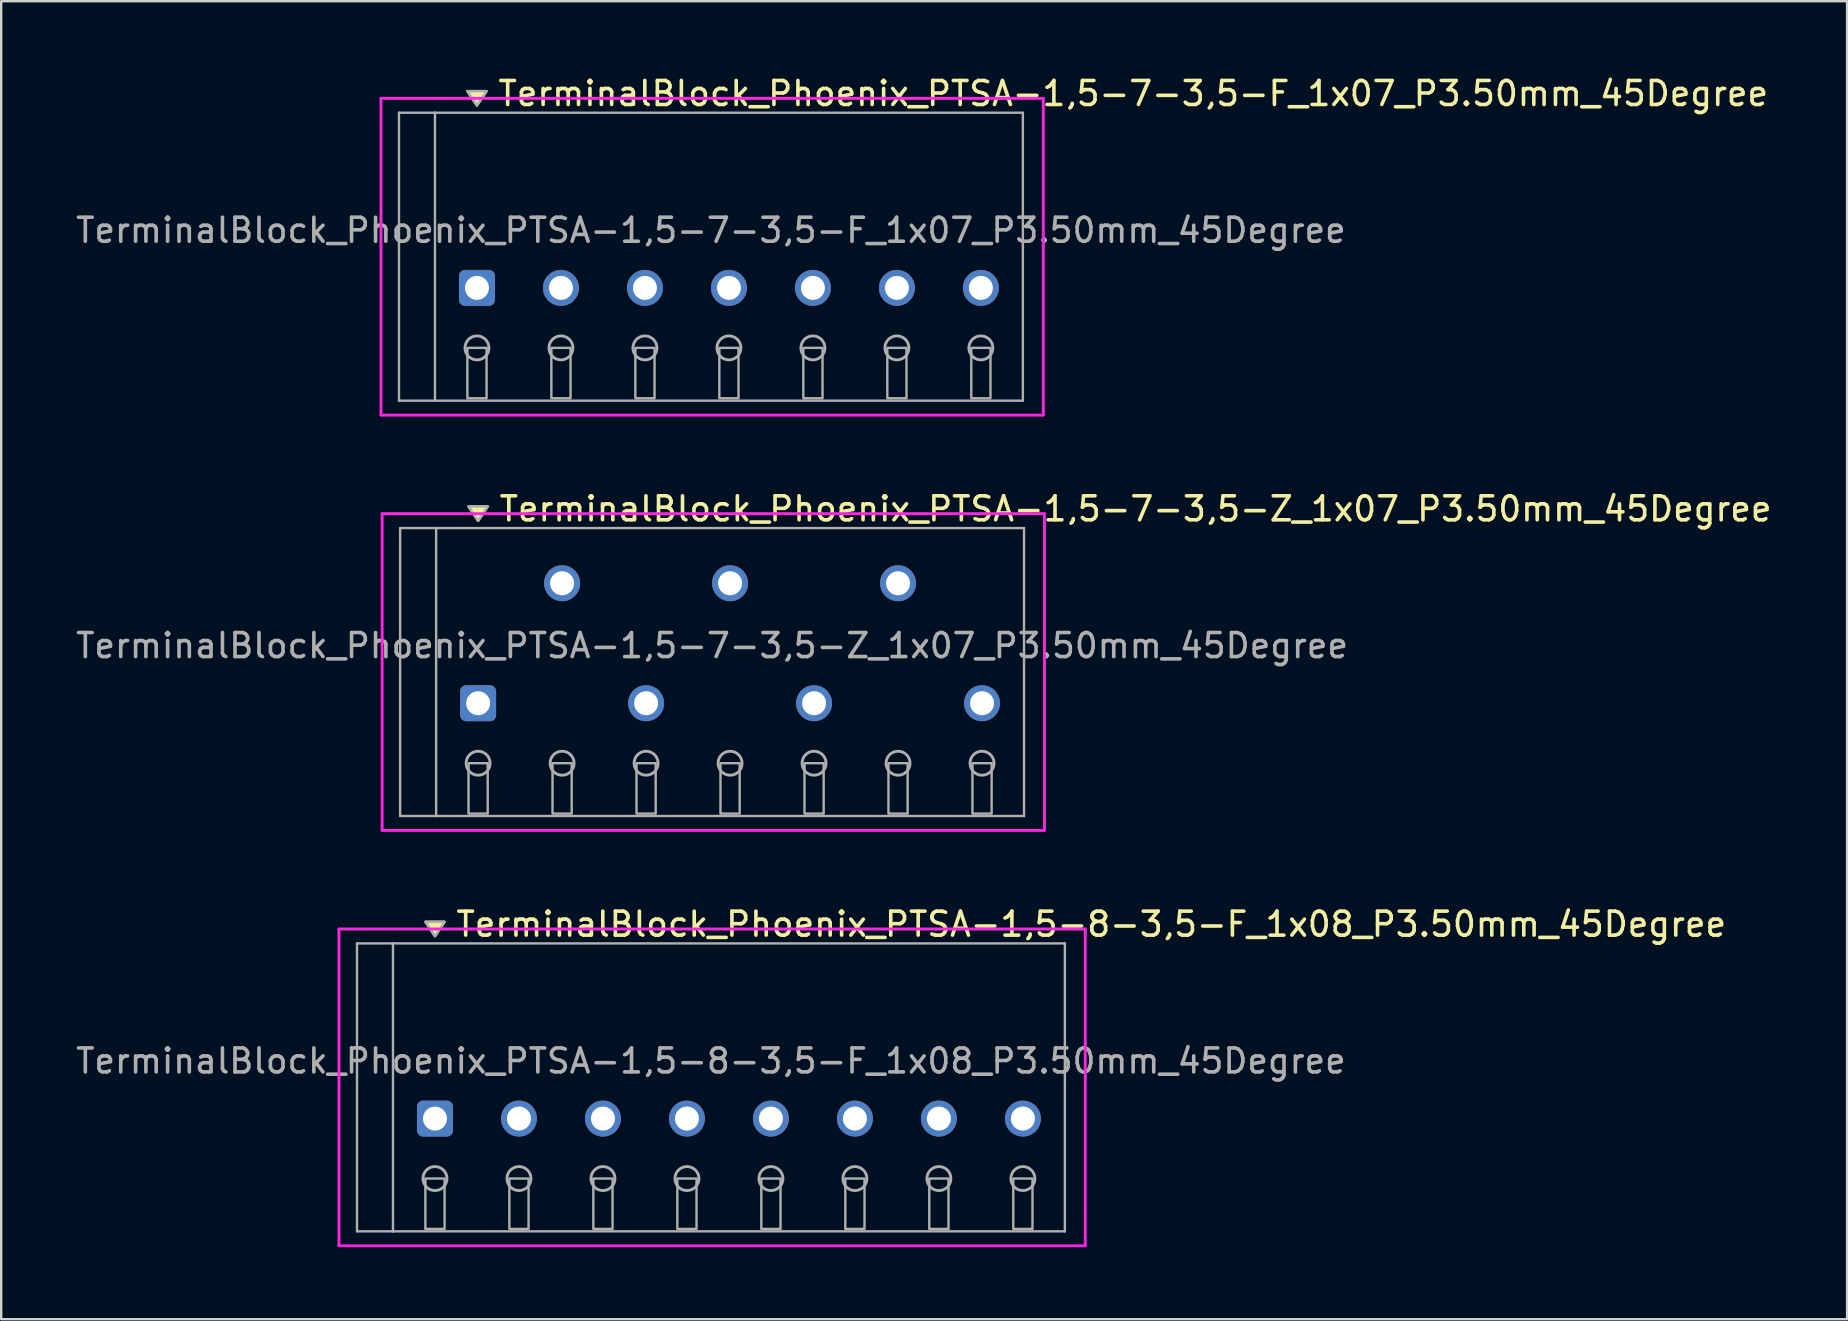
<source format=kicad_pcb>
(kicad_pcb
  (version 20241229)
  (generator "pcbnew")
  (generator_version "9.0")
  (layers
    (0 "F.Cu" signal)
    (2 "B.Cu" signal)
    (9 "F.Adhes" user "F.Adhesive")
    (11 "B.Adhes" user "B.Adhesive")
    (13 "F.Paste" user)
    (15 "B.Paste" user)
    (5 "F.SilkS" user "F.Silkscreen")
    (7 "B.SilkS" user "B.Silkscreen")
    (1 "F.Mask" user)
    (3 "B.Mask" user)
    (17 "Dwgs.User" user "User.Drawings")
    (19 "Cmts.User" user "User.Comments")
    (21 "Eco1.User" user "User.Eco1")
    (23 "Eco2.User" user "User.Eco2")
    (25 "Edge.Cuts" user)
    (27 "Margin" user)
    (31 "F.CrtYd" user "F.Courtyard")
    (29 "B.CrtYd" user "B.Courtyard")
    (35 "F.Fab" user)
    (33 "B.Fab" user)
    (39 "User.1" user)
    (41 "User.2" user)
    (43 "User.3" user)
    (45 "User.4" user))
  (footprint "TerminalBlock_Phoenix_PTSA-1,5-8-3,5-F_1x08_P3.50mm_45Degree"
    (layer "F.Cu")
    (at 15.077 43.565)
    (property "Reference" "TerminalBlock_Phoenix_PTSA-1,5-8-3,5-F_1x08_P3.50mm_45Degree" (at 0.8 -8.1 0) (layer "F.SilkS") (effects (font (size 1 1) (thickness 0.15)) (justify left)))
    (attr through_hole)
    (fp_poly (pts (xy 0 -7.6) (xy -0.4 -8.2) (xy 0.4 -8.2)) (stroke (width 0.1) (type solid)) (fill yes) (layer "F.SilkS"))
    (fp_line (start -4 -7.9) (end 27.1 -7.9) (stroke (width 0.12) (type solid)) (layer "F.CrtYd"))
    (fp_line (start -4 5.3) (end -4 -7.9) (stroke (width 0.12) (type solid)) (layer "F.CrtYd"))
    (fp_line (start 27.1 -7.9) (end 27.1 5.3) (stroke (width 0.12) (type solid)) (layer "F.CrtYd"))
    (fp_line (start 27.1 5.3) (end -4 5.3) (stroke (width 0.12) (type solid)) (layer "F.CrtYd"))
    (fp_line (start -3.25 -7.3) (end -1.75 -7.3) (stroke (width 0.1) (type solid)) (layer "F.Fab"))
    (fp_line (start -3.25 4.7) (end -3.25 -7.3) (stroke (width 0.1) (type solid)) (layer "F.Fab"))
    (fp_line (start -1.75 -7.3) (end -1.75 4.7) (stroke (width 0.1) (type solid)) (layer "F.Fab"))
    (fp_line (start -1.75 4.7) (end -3.25 4.7) (stroke (width 0.1) (type solid)) (layer "F.Fab"))
    (fp_line (start -1.75 4.7) (end 26.25 4.7) (stroke (width 0.1) (type solid)) (layer "F.Fab"))
    (fp_line (start 26.25 -7.3) (end -1.75 -7.3) (stroke (width 0.1) (type solid)) (layer "F.Fab"))
    (fp_line (start 26.25 4.7) (end 26.25 -7.3) (stroke (width 0.1) (type solid)) (layer "F.Fab"))
    (fp_circle (center 0 2.5) (end -0.5 2.5) (stroke (width 0.12) (type solid)) (fill no) (layer "F.Fab"))
    (fp_circle (center 3.5 2.5) (end 3 2.5) (stroke (width 0.12) (type solid)) (fill no) (layer "F.Fab"))
    (fp_circle (center 7 2.5) (end 6.5 2.5) (stroke (width 0.12) (type solid)) (fill no) (layer "F.Fab"))
    (fp_circle (center 10.5 2.5) (end 10 2.5) (stroke (width 0.12) (type solid)) (fill no) (layer "F.Fab"))
    (fp_circle (center 14 2.5) (end 13.5 2.5) (stroke (width 0.12) (type solid)) (fill no) (layer "F.Fab"))
    (fp_circle (center 17.5 2.5) (end 17 2.5) (stroke (width 0.12) (type solid)) (fill no) (layer "F.Fab"))
    (fp_circle (center 21 2.5) (end 20.5 2.5) (stroke (width 0.12) (type solid)) (fill no) (layer "F.Fab"))
    (fp_circle (center 24.5 2.5) (end 24 2.5) (stroke (width 0.12) (type solid)) (fill no) (layer "F.Fab"))
    (fp_poly (pts (xy 0 -7.6) (xy -0.4 -8.2) (xy 0.4 -8.2)) (stroke (width 0.1) (type solid)) (fill no) (layer "F.Fab"))
    (fp_poly (pts (xy -0.4 2.5) (xy -0.4 4.6) (xy 0.4 4.6) (xy 0.4 2.5)) (stroke (width 0.1) (type solid)) (fill no) (layer "F.Fab"))
    (fp_poly (pts (xy 3.1 2.5) (xy 3.1 4.6) (xy 3.9 4.6) (xy 3.9 2.5)) (stroke (width 0.1) (type solid)) (fill no) (layer "F.Fab"))
    (fp_poly (pts (xy 6.6 2.5) (xy 6.6 4.6) (xy 7.4 4.6) (xy 7.4 2.5)) (stroke (width 0.1) (type solid)) (fill no) (layer "F.Fab"))
    (fp_poly (pts (xy 10.1 2.5) (xy 10.1 4.6) (xy 10.9 4.6) (xy 10.9 2.5)) (stroke (width 0.1) (type solid)) (fill no) (layer "F.Fab"))
    (fp_poly (pts (xy 13.6 2.5) (xy 13.6 4.6) (xy 14.4 4.6) (xy 14.4 2.5)) (stroke (width 0.1) (type solid)) (fill no) (layer "F.Fab"))
    (fp_poly (pts (xy 17.1 2.5) (xy 17.1 4.6) (xy 17.9 4.6) (xy 17.9 2.5)) (stroke (width 0.1) (type solid)) (fill no) (layer "F.Fab"))
    (fp_poly (pts (xy 20.6 2.5) (xy 20.6 4.6) (xy 21.4 4.6) (xy 21.4 2.5)) (stroke (width 0.1) (type solid)) (fill no) (layer "F.Fab"))
    (fp_poly (pts (xy 24.1 2.5) (xy 24.1 4.6) (xy 24.9 4.6) (xy 24.9 2.5)) (stroke (width 0.1) (type solid)) (fill no) (layer "F.Fab"))
    (fp_text user "${REFERENCE}" (at 11.5 -2.4 0) (layer "F.Fab") (effects (font (size 1 1) (thickness 0.15))))
    (pad "1" thru_hole roundrect (at 0 0) (size 1.5 1.5) (drill 1) (layers "*.Cu" "*.Mask") (roundrect_rratio 0.167))
    (pad "2" thru_hole oval (at 3.5 0) (size 1.5 1.5) (drill 1) (layers "*.Cu" "*.Mask"))
    (pad "3" thru_hole oval (at 7 0) (size 1.5 1.5) (drill 1) (layers "*.Cu" "*.Mask"))
    (pad "4" thru_hole oval (at 10.5 0) (size 1.5 1.5) (drill 1) (layers "*.Cu" "*.Mask"))
    (pad "5" thru_hole oval (at 14 0) (size 1.5 1.5) (drill 1) (layers "*.Cu" "*.Mask"))
    (pad "6" thru_hole oval (at 17.5 0) (size 1.5 1.5) (drill 1) (layers "*.Cu" "*.Mask"))
    (pad "7" thru_hole oval (at 21 0) (size 1.5 1.5) (drill 1) (layers "*.Cu" "*.Mask"))
    (pad "8" thru_hole oval (at 24.5 0) (size 1.5 1.5) (drill 1) (layers "*.Cu" "*.Mask")))
  (footprint "TerminalBlock_Phoenix_PTSA-1,5-7-3,5-Z_1x07_P3.50mm_45Degree"
    (layer "F.Cu")
    (at 16.875 26.256)
    (property "Reference" "TerminalBlock_Phoenix_PTSA-1,5-7-3,5-Z_1x07_P3.50mm_45Degree" (at 0.8 -8.1 0) (layer "F.SilkS") (effects (font (size 1 1) (thickness 0.15)) (justify left)))
    (attr through_hole)
    (fp_poly (pts (xy 0 -7.6) (xy -0.4 -8.2) (xy 0.4 -8.2)) (stroke (width 0.1) (type solid)) (fill yes) (layer "F.SilkS"))
    (fp_line (start -4 -7.9) (end 23.6 -7.9) (stroke (width 0.12) (type solid)) (layer "F.CrtYd"))
    (fp_line (start -4 5.3) (end -4 -7.9) (stroke (width 0.12) (type solid)) (layer "F.CrtYd"))
    (fp_line (start 23.6 -7.9) (end 23.6 5.3) (stroke (width 0.12) (type solid)) (layer "F.CrtYd"))
    (fp_line (start 23.6 5.3) (end -4 5.3) (stroke (width 0.12) (type solid)) (layer "F.CrtYd"))
    (fp_line (start -3.25 -7.3) (end -1.75 -7.3) (stroke (width 0.1) (type solid)) (layer "F.Fab"))
    (fp_line (start -3.25 4.7) (end -3.25 -7.3) (stroke (width 0.1) (type solid)) (layer "F.Fab"))
    (fp_line (start -1.75 -7.3) (end -1.75 4.7) (stroke (width 0.1) (type solid)) (layer "F.Fab"))
    (fp_line (start -1.75 4.7) (end -3.25 4.7) (stroke (width 0.1) (type solid)) (layer "F.Fab"))
    (fp_line (start -1.75 4.7) (end 22.75 4.7) (stroke (width 0.1) (type solid)) (layer "F.Fab"))
    (fp_line (start 22.75 -7.3) (end -1.75 -7.3) (stroke (width 0.1) (type solid)) (layer "F.Fab"))
    (fp_line (start 22.75 4.7) (end 22.75 -7.3) (stroke (width 0.1) (type solid)) (layer "F.Fab"))
    (fp_circle (center 0 2.5) (end -0.5 2.5) (stroke (width 0.12) (type solid)) (fill no) (layer "F.Fab"))
    (fp_circle (center 3.5 2.5) (end 3 2.5) (stroke (width 0.12) (type solid)) (fill no) (layer "F.Fab"))
    (fp_circle (center 7 2.5) (end 6.5 2.5) (stroke (width 0.12) (type solid)) (fill no) (layer "F.Fab"))
    (fp_circle (center 10.5 2.5) (end 10 2.5) (stroke (width 0.12) (type solid)) (fill no) (layer "F.Fab"))
    (fp_circle (center 14 2.5) (end 13.5 2.5) (stroke (width 0.12) (type solid)) (fill no) (layer "F.Fab"))
    (fp_circle (center 17.5 2.5) (end 17 2.5) (stroke (width 0.12) (type solid)) (fill no) (layer "F.Fab"))
    (fp_circle (center 21 2.5) (end 20.5 2.5) (stroke (width 0.12) (type solid)) (fill no) (layer "F.Fab"))
    (fp_poly (pts (xy 0 -7.6) (xy -0.4 -8.2) (xy 0.4 -8.2)) (stroke (width 0.1) (type solid)) (fill no) (layer "F.Fab"))
    (fp_poly (pts (xy -0.4 2.5) (xy -0.4 4.6) (xy 0.4 4.6) (xy 0.4 2.5)) (stroke (width 0.1) (type solid)) (fill no) (layer "F.Fab"))
    (fp_poly (pts (xy 3.1 2.5) (xy 3.1 4.6) (xy 3.9 4.6) (xy 3.9 2.5)) (stroke (width 0.1) (type solid)) (fill no) (layer "F.Fab"))
    (fp_poly (pts (xy 6.6 2.5) (xy 6.6 4.6) (xy 7.4 4.6) (xy 7.4 2.5)) (stroke (width 0.1) (type solid)) (fill no) (layer "F.Fab"))
    (fp_poly (pts (xy 10.1 2.5) (xy 10.1 4.6) (xy 10.9 4.6) (xy 10.9 2.5)) (stroke (width 0.1) (type solid)) (fill no) (layer "F.Fab"))
    (fp_poly (pts (xy 13.6 2.5) (xy 13.6 4.6) (xy 14.4 4.6) (xy 14.4 2.5)) (stroke (width 0.1) (type solid)) (fill no) (layer "F.Fab"))
    (fp_poly (pts (xy 17.1 2.5) (xy 17.1 4.6) (xy 17.9 4.6) (xy 17.9 2.5)) (stroke (width 0.1) (type solid)) (fill no) (layer "F.Fab"))
    (fp_poly (pts (xy 20.6 2.5) (xy 20.6 4.6) (xy 21.4 4.6) (xy 21.4 2.5)) (stroke (width 0.1) (type solid)) (fill no) (layer "F.Fab"))
    (fp_text user "${REFERENCE}" (at 9.75 -2.4 0) (layer "F.Fab") (effects (font (size 1 1) (thickness 0.15))))
    (pad "1" thru_hole roundrect (at 0 0) (size 1.5 1.5) (drill 1) (layers "*.Cu" "*.Mask") (roundrect_rratio 0.167))
    (pad "2" thru_hole oval (at 3.5 -5) (size 1.5 1.5) (drill 1) (layers "*.Cu" "*.Mask"))
    (pad "3" thru_hole oval (at 7 0) (size 1.5 1.5) (drill 1) (layers "*.Cu" "*.Mask"))
    (pad "4" thru_hole oval (at 10.5 -5) (size 1.5 1.5) (drill 1) (layers "*.Cu" "*.Mask"))
    (pad "5" thru_hole oval (at 14 0) (size 1.5 1.5) (drill 1) (layers "*.Cu" "*.Mask"))
    (pad "6" thru_hole oval (at 17.5 -5) (size 1.5 1.5) (drill 1) (layers "*.Cu" "*.Mask"))
    (pad "7" thru_hole oval (at 21 0) (size 1.5 1.5) (drill 1) (layers "*.Cu" "*.Mask")))
  (footprint "TerminalBlock_Phoenix_PTSA-1,5-7-3,5-F_1x07_P3.50mm_45Degree"
    (layer "F.Cu")
    (at 16.827 8.948)
    (property "Reference" "TerminalBlock_Phoenix_PTSA-1,5-7-3,5-F_1x07_P3.50mm_45Degree" (at 0.8 -8.1 0) (layer "F.SilkS") (effects (font (size 1 1) (thickness 0.15)) (justify left)))
    (attr through_hole)
    (fp_poly (pts (xy 0 -7.6) (xy -0.4 -8.2) (xy 0.4 -8.2)) (stroke (width 0.1) (type solid)) (fill yes) (layer "F.SilkS"))
    (fp_line (start -4 -7.9) (end 23.6 -7.9) (stroke (width 0.12) (type solid)) (layer "F.CrtYd"))
    (fp_line (start -4 5.3) (end -4 -7.9) (stroke (width 0.12) (type solid)) (layer "F.CrtYd"))
    (fp_line (start 23.6 -7.9) (end 23.6 5.3) (stroke (width 0.12) (type solid)) (layer "F.CrtYd"))
    (fp_line (start 23.6 5.3) (end -4 5.3) (stroke (width 0.12) (type solid)) (layer "F.CrtYd"))
    (fp_line (start -3.25 -7.3) (end -1.75 -7.3) (stroke (width 0.1) (type solid)) (layer "F.Fab"))
    (fp_line (start -3.25 4.7) (end -3.25 -7.3) (stroke (width 0.1) (type solid)) (layer "F.Fab"))
    (fp_line (start -1.75 -7.3) (end -1.75 4.7) (stroke (width 0.1) (type solid)) (layer "F.Fab"))
    (fp_line (start -1.75 4.7) (end -3.25 4.7) (stroke (width 0.1) (type solid)) (layer "F.Fab"))
    (fp_line (start -1.75 4.7) (end 22.75 4.7) (stroke (width 0.1) (type solid)) (layer "F.Fab"))
    (fp_line (start 22.75 -7.3) (end -1.75 -7.3) (stroke (width 0.1) (type solid)) (layer "F.Fab"))
    (fp_line (start 22.75 4.7) (end 22.75 -7.3) (stroke (width 0.1) (type solid)) (layer "F.Fab"))
    (fp_circle (center 0 2.5) (end -0.5 2.5) (stroke (width 0.12) (type solid)) (fill no) (layer "F.Fab"))
    (fp_circle (center 3.5 2.5) (end 3 2.5) (stroke (width 0.12) (type solid)) (fill no) (layer "F.Fab"))
    (fp_circle (center 7 2.5) (end 6.5 2.5) (stroke (width 0.12) (type solid)) (fill no) (layer "F.Fab"))
    (fp_circle (center 10.5 2.5) (end 10 2.5) (stroke (width 0.12) (type solid)) (fill no) (layer "F.Fab"))
    (fp_circle (center 14 2.5) (end 13.5 2.5) (stroke (width 0.12) (type solid)) (fill no) (layer "F.Fab"))
    (fp_circle (center 17.5 2.5) (end 17 2.5) (stroke (width 0.12) (type solid)) (fill no) (layer "F.Fab"))
    (fp_circle (center 21 2.5) (end 20.5 2.5) (stroke (width 0.12) (type solid)) (fill no) (layer "F.Fab"))
    (fp_poly (pts (xy 0 -7.6) (xy -0.4 -8.2) (xy 0.4 -8.2)) (stroke (width 0.1) (type solid)) (fill no) (layer "F.Fab"))
    (fp_poly (pts (xy -0.4 2.5) (xy -0.4 4.6) (xy 0.4 4.6) (xy 0.4 2.5)) (stroke (width 0.1) (type solid)) (fill no) (layer "F.Fab"))
    (fp_poly (pts (xy 3.1 2.5) (xy 3.1 4.6) (xy 3.9 4.6) (xy 3.9 2.5)) (stroke (width 0.1) (type solid)) (fill no) (layer "F.Fab"))
    (fp_poly (pts (xy 6.6 2.5) (xy 6.6 4.6) (xy 7.4 4.6) (xy 7.4 2.5)) (stroke (width 0.1) (type solid)) (fill no) (layer "F.Fab"))
    (fp_poly (pts (xy 10.1 2.5) (xy 10.1 4.6) (xy 10.9 4.6) (xy 10.9 2.5)) (stroke (width 0.1) (type solid)) (fill no) (layer "F.Fab"))
    (fp_poly (pts (xy 13.6 2.5) (xy 13.6 4.6) (xy 14.4 4.6) (xy 14.4 2.5)) (stroke (width 0.1) (type solid)) (fill no) (layer "F.Fab"))
    (fp_poly (pts (xy 17.1 2.5) (xy 17.1 4.6) (xy 17.9 4.6) (xy 17.9 2.5)) (stroke (width 0.1) (type solid)) (fill no) (layer "F.Fab"))
    (fp_poly (pts (xy 20.6 2.5) (xy 20.6 4.6) (xy 21.4 4.6) (xy 21.4 2.5)) (stroke (width 0.1) (type solid)) (fill no) (layer "F.Fab"))
    (fp_text user "${REFERENCE}" (at 9.75 -2.4 0) (layer "F.Fab") (effects (font (size 1 1) (thickness 0.15))))
    (pad "1" thru_hole roundrect (at 0 0) (size 1.5 1.5) (drill 1) (layers "*.Cu" "*.Mask") (roundrect_rratio 0.167))
    (pad "2" thru_hole oval (at 3.5 0) (size 1.5 1.5) (drill 1) (layers "*.Cu" "*.Mask"))
    (pad "3" thru_hole oval (at 7 0) (size 1.5 1.5) (drill 1) (layers "*.Cu" "*.Mask"))
    (pad "4" thru_hole oval (at 10.5 0) (size 1.5 1.5) (drill 1) (layers "*.Cu" "*.Mask"))
    (pad "5" thru_hole oval (at 14 0) (size 1.5 1.5) (drill 1) (layers "*.Cu" "*.Mask"))
    (pad "6" thru_hole oval (at 17.5 0) (size 1.5 1.5) (drill 1) (layers "*.Cu" "*.Mask"))
    (pad "7" thru_hole oval (at 21 0) (size 1.5 1.5) (drill 1) (layers "*.Cu" "*.Mask")))
  (gr_rect
    (start -3 -3)
    (end 73.925 51.925)
    (stroke (width 0.1) (type default))
    (fill no)
    (layer "Edge.Cuts")))
</source>
